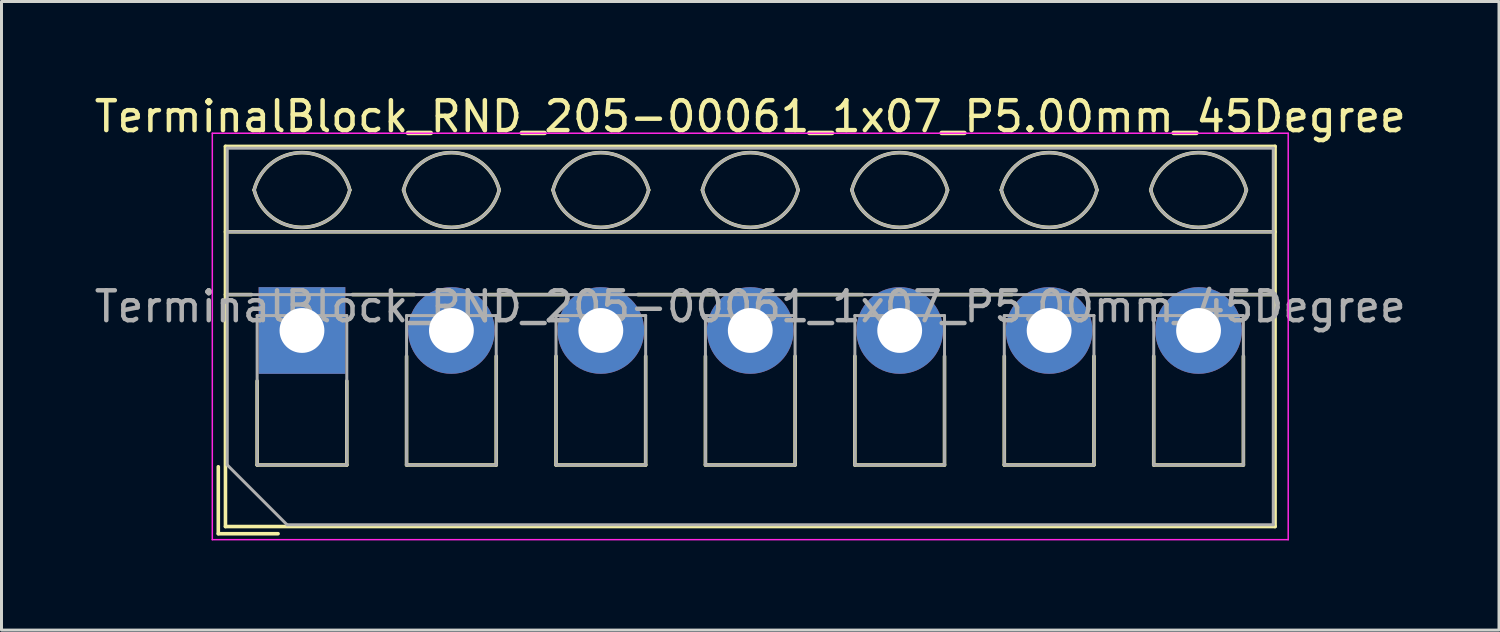
<source format=kicad_pcb>
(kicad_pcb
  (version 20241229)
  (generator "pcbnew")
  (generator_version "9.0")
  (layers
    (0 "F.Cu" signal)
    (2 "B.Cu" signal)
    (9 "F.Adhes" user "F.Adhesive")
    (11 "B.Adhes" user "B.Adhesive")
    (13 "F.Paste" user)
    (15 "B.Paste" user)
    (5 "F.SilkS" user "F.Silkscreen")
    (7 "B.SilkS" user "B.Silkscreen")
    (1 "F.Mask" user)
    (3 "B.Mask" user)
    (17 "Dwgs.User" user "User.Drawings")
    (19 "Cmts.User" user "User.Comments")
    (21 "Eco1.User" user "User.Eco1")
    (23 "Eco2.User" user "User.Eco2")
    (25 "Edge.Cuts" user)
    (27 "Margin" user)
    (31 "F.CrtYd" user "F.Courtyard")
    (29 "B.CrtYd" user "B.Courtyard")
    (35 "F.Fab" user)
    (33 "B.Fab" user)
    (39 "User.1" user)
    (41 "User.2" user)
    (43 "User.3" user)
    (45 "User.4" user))
  (footprint "TerminalBlock_RND_205-00061_1x07_P5.00mm_45Degree"
    (layer "F.Cu")
    (at 7.054 8.008)
    (property "Reference" "TerminalBlock_RND_205-00061_1x07_P5.00mm_45Degree" (at 15 -7.16 0) (layer "F.SilkS") (effects (font (size 1 1) (thickness 0.15))))
    (attr through_hole)
    (fp_line (start -2.8 4.56) (end -2.8 6.8) (stroke (width 0.12) (type solid)) (layer "F.SilkS"))
    (fp_line (start -2.8 6.8) (end -0.8 6.8) (stroke (width 0.12) (type solid)) (layer "F.SilkS"))
    (fp_line (start -2.56 -6.16) (end -2.56 6.56) (stroke (width 0.12) (type solid)) (layer "F.SilkS"))
    (fp_line (start -2.56 -6.16) (end 32.56 -6.16) (stroke (width 0.12) (type solid)) (layer "F.SilkS"))
    (fp_line (start -2.56 -3.301) (end 32.56 -3.301) (stroke (width 0.12) (type solid)) (layer "F.SilkS"))
    (fp_line (start -2.56 -1.201) (end -1.69 -1.201) (stroke (width 0.12) (type solid)) (layer "F.SilkS"))
    (fp_line (start -2.56 6.56) (end 32.56 6.56) (stroke (width 0.12) (type solid)) (layer "F.SilkS"))
    (fp_line (start -1.5 1.69) (end -1.5 4.5) (stroke (width 0.12) (type solid)) (layer "F.SilkS"))
    (fp_line (start -1.5 4.5) (end 1.5 4.5) (stroke (width 0.12) (type solid)) (layer "F.SilkS"))
    (fp_line (start 1.5 1.69) (end 1.5 4.5) (stroke (width 0.12) (type solid)) (layer "F.SilkS"))
    (fp_line (start 1.69 -1.201) (end 3.758 -1.201) (stroke (width 0.12) (type solid)) (layer "F.SilkS"))
    (fp_line (start 3.5 0.86) (end 3.5 4.5) (stroke (width 0.12) (type solid)) (layer "F.SilkS"))
    (fp_line (start 3.5 4.5) (end 6.5 4.5) (stroke (width 0.12) (type solid)) (layer "F.SilkS"))
    (fp_line (start 6.243 -1.201) (end 8.758 -1.201) (stroke (width 0.12) (type solid)) (layer "F.SilkS"))
    (fp_line (start 6.5 0.86) (end 6.5 4.5) (stroke (width 0.12) (type solid)) (layer "F.SilkS"))
    (fp_line (start 8.5 0.86) (end 8.5 4.5) (stroke (width 0.12) (type solid)) (layer "F.SilkS"))
    (fp_line (start 8.5 4.5) (end 11.5 4.5) (stroke (width 0.12) (type solid)) (layer "F.SilkS"))
    (fp_line (start 11.243 -1.201) (end 13.758 -1.201) (stroke (width 0.12) (type solid)) (layer "F.SilkS"))
    (fp_line (start 11.5 0.86) (end 11.5 4.5) (stroke (width 0.12) (type solid)) (layer "F.SilkS"))
    (fp_line (start 13.5 0.86) (end 13.5 4.5) (stroke (width 0.12) (type solid)) (layer "F.SilkS"))
    (fp_line (start 13.5 4.5) (end 16.5 4.5) (stroke (width 0.12) (type solid)) (layer "F.SilkS"))
    (fp_line (start 16.243 -1.201) (end 18.758 -1.201) (stroke (width 0.12) (type solid)) (layer "F.SilkS"))
    (fp_line (start 16.5 0.86) (end 16.5 4.5) (stroke (width 0.12) (type solid)) (layer "F.SilkS"))
    (fp_line (start 18.5 0.86) (end 18.5 4.5) (stroke (width 0.12) (type solid)) (layer "F.SilkS"))
    (fp_line (start 18.5 4.5) (end 21.5 4.5) (stroke (width 0.12) (type solid)) (layer "F.SilkS"))
    (fp_line (start 21.243 -1.201) (end 23.758 -1.201) (stroke (width 0.12) (type solid)) (layer "F.SilkS"))
    (fp_line (start 21.5 0.86) (end 21.5 4.5) (stroke (width 0.12) (type solid)) (layer "F.SilkS"))
    (fp_line (start 23.5 0.86) (end 23.5 4.5) (stroke (width 0.12) (type solid)) (layer "F.SilkS"))
    (fp_line (start 23.5 4.5) (end 26.5 4.5) (stroke (width 0.12) (type solid)) (layer "F.SilkS"))
    (fp_line (start 26.243 -1.201) (end 28.758 -1.201) (stroke (width 0.12) (type solid)) (layer "F.SilkS"))
    (fp_line (start 26.5 0.86) (end 26.5 4.5) (stroke (width 0.12) (type solid)) (layer "F.SilkS"))
    (fp_line (start 28.5 0.86) (end 28.5 4.5) (stroke (width 0.12) (type solid)) (layer "F.SilkS"))
    (fp_line (start 28.5 4.5) (end 31.5 4.5) (stroke (width 0.12) (type solid)) (layer "F.SilkS"))
    (fp_line (start 31.243 -1.201) (end 32.56 -1.201) (stroke (width 0.12) (type solid)) (layer "F.SilkS"))
    (fp_line (start 31.5 0.86) (end 31.5 4.5) (stroke (width 0.12) (type solid)) (layer "F.SilkS"))
    (fp_line (start 32.56 -6.16) (end 32.56 6.56) (stroke (width 0.12) (type solid)) (layer "F.SilkS"))
    (fp_arc (start -1.600914 -4.700344) (mid 0.000177 -5.95097) (end 1.601 -4.7) (stroke (width 0.12) (type solid)) (layer "F.SilkS"))
    (fp_arc (start 1.6 -4.7) (mid -0.000064 -3.45) (end -1.600031 -4.700125) (stroke (width 0.12) (type solid)) (layer "F.SilkS"))
    (fp_arc (start 3.399086 -4.700344) (mid 5.000177 -5.95097) (end 6.601 -4.7) (stroke (width 0.12) (type solid)) (layer "F.SilkS"))
    (fp_arc (start 6.6 -4.7) (mid 4.999936 -3.45) (end 3.399969 -4.700125) (stroke (width 0.12) (type solid)) (layer "F.SilkS"))
    (fp_arc (start 8.399086 -4.700344) (mid 10.000177 -5.95097) (end 11.601 -4.7) (stroke (width 0.12) (type solid)) (layer "F.SilkS"))
    (fp_arc (start 11.6 -4.7) (mid 9.999936 -3.45) (end 8.399969 -4.700125) (stroke (width 0.12) (type solid)) (layer "F.SilkS"))
    (fp_arc (start 13.399086 -4.700344) (mid 15.000177 -5.95097) (end 16.601 -4.7) (stroke (width 0.12) (type solid)) (layer "F.SilkS"))
    (fp_arc (start 16.6 -4.7) (mid 14.999936 -3.45) (end 13.399969 -4.700125) (stroke (width 0.12) (type solid)) (layer "F.SilkS"))
    (fp_arc (start 18.399086 -4.700344) (mid 20.000177 -5.95097) (end 21.601 -4.7) (stroke (width 0.12) (type solid)) (layer "F.SilkS"))
    (fp_arc (start 21.6 -4.7) (mid 19.999936 -3.45) (end 18.399969 -4.700125) (stroke (width 0.12) (type solid)) (layer "F.SilkS"))
    (fp_arc (start 23.399086 -4.700344) (mid 25.000177 -5.95097) (end 26.601 -4.7) (stroke (width 0.12) (type solid)) (layer "F.SilkS"))
    (fp_arc (start 26.6 -4.7) (mid 24.999936 -3.45) (end 23.399969 -4.700125) (stroke (width 0.12) (type solid)) (layer "F.SilkS"))
    (fp_arc (start 28.399086 -4.700344) (mid 30.000177 -5.95097) (end 31.601 -4.7) (stroke (width 0.12) (type solid)) (layer "F.SilkS"))
    (fp_arc (start 31.6 -4.7) (mid 29.999936 -3.45) (end 28.399969 -4.700125) (stroke (width 0.12) (type solid)) (layer "F.SilkS"))
    (fp_line (start -3 -6.6) (end -3 7) (stroke (width 0.05) (type solid)) (layer "F.CrtYd"))
    (fp_line (start -3 7) (end 33 7) (stroke (width 0.05) (type solid)) (layer "F.CrtYd"))
    (fp_line (start 33 -6.6) (end -3 -6.6) (stroke (width 0.05) (type solid)) (layer "F.CrtYd"))
    (fp_line (start 33 7) (end 33 -6.6) (stroke (width 0.05) (type solid)) (layer "F.CrtYd"))
    (fp_line (start -2.5 -6.1) (end 32.5 -6.1) (stroke (width 0.1) (type solid)) (layer "F.Fab"))
    (fp_line (start -2.5 -3.3) (end 32.5 -3.3) (stroke (width 0.1) (type solid)) (layer "F.Fab"))
    (fp_line (start -2.5 -1.2) (end 32.5 -1.2) (stroke (width 0.1) (type solid)) (layer "F.Fab"))
    (fp_line (start -2.5 4.5) (end -2.5 -6.1) (stroke (width 0.1) (type solid)) (layer "F.Fab"))
    (fp_line (start -1.5 -0.5) (end -1.5 4.5) (stroke (width 0.1) (type solid)) (layer "F.Fab"))
    (fp_line (start -1.5 4.5) (end 1.5 4.5) (stroke (width 0.1) (type solid)) (layer "F.Fab"))
    (fp_line (start -0.5 6.5) (end -2.5 4.5) (stroke (width 0.1) (type solid)) (layer "F.Fab"))
    (fp_line (start 1.5 -0.5) (end -1.5 -0.5) (stroke (width 0.1) (type solid)) (layer "F.Fab"))
    (fp_line (start 1.5 4.5) (end 1.5 -0.5) (stroke (width 0.1) (type solid)) (layer "F.Fab"))
    (fp_line (start 3.5 -0.5) (end 3.5 4.5) (stroke (width 0.1) (type solid)) (layer "F.Fab"))
    (fp_line (start 3.5 4.5) (end 6.5 4.5) (stroke (width 0.1) (type solid)) (layer "F.Fab"))
    (fp_line (start 6.5 -0.5) (end 3.5 -0.5) (stroke (width 0.1) (type solid)) (layer "F.Fab"))
    (fp_line (start 6.5 4.5) (end 6.5 -0.5) (stroke (width 0.1) (type solid)) (layer "F.Fab"))
    (fp_line (start 8.5 -0.5) (end 8.5 4.5) (stroke (width 0.1) (type solid)) (layer "F.Fab"))
    (fp_line (start 8.5 4.5) (end 11.5 4.5) (stroke (width 0.1) (type solid)) (layer "F.Fab"))
    (fp_line (start 11.5 -0.5) (end 8.5 -0.5) (stroke (width 0.1) (type solid)) (layer "F.Fab"))
    (fp_line (start 11.5 4.5) (end 11.5 -0.5) (stroke (width 0.1) (type solid)) (layer "F.Fab"))
    (fp_line (start 13.5 -0.5) (end 13.5 4.5) (stroke (width 0.1) (type solid)) (layer "F.Fab"))
    (fp_line (start 13.5 4.5) (end 16.5 4.5) (stroke (width 0.1) (type solid)) (layer "F.Fab"))
    (fp_line (start 16.5 -0.5) (end 13.5 -0.5) (stroke (width 0.1) (type solid)) (layer "F.Fab"))
    (fp_line (start 16.5 4.5) (end 16.5 -0.5) (stroke (width 0.1) (type solid)) (layer "F.Fab"))
    (fp_line (start 18.5 -0.5) (end 18.5 4.5) (stroke (width 0.1) (type solid)) (layer "F.Fab"))
    (fp_line (start 18.5 4.5) (end 21.5 4.5) (stroke (width 0.1) (type solid)) (layer "F.Fab"))
    (fp_line (start 21.5 -0.5) (end 18.5 -0.5) (stroke (width 0.1) (type solid)) (layer "F.Fab"))
    (fp_line (start 21.5 4.5) (end 21.5 -0.5) (stroke (width 0.1) (type solid)) (layer "F.Fab"))
    (fp_line (start 23.5 -0.5) (end 23.5 4.5) (stroke (width 0.1) (type solid)) (layer "F.Fab"))
    (fp_line (start 23.5 4.5) (end 26.5 4.5) (stroke (width 0.1) (type solid)) (layer "F.Fab"))
    (fp_line (start 26.5 -0.5) (end 23.5 -0.5) (stroke (width 0.1) (type solid)) (layer "F.Fab"))
    (fp_line (start 26.5 4.5) (end 26.5 -0.5) (stroke (width 0.1) (type solid)) (layer "F.Fab"))
    (fp_line (start 28.5 -0.5) (end 28.5 4.5) (stroke (width 0.1) (type solid)) (layer "F.Fab"))
    (fp_line (start 28.5 4.5) (end 31.5 4.5) (stroke (width 0.1) (type solid)) (layer "F.Fab"))
    (fp_line (start 31.5 -0.5) (end 28.5 -0.5) (stroke (width 0.1) (type solid)) (layer "F.Fab"))
    (fp_line (start 31.5 4.5) (end 31.5 -0.5) (stroke (width 0.1) (type solid)) (layer "F.Fab"))
    (fp_line (start 32.5 -6.1) (end 32.5 6.5) (stroke (width 0.1) (type solid)) (layer "F.Fab"))
    (fp_line (start 32.5 6.5) (end -0.5 6.5) (stroke (width 0.1) (type solid)) (layer "F.Fab"))
    (fp_arc (start -1.600914 -4.700344) (mid 0.000177 -5.95097) (end 1.601 -4.7) (stroke (width 0.1) (type solid)) (layer "F.Fab"))
    (fp_arc (start 1.6 -4.7) (mid -0.000064 -3.45) (end -1.600031 -4.700125) (stroke (width 0.1) (type solid)) (layer "F.Fab"))
    (fp_arc (start 3.399086 -4.700344) (mid 5.000177 -5.95097) (end 6.601 -4.7) (stroke (width 0.1) (type solid)) (layer "F.Fab"))
    (fp_arc (start 6.6 -4.7) (mid 4.999936 -3.45) (end 3.399969 -4.700125) (stroke (width 0.1) (type solid)) (layer "F.Fab"))
    (fp_arc (start 8.399086 -4.700344) (mid 10.000177 -5.95097) (end 11.601 -4.7) (stroke (width 0.1) (type solid)) (layer "F.Fab"))
    (fp_arc (start 11.6 -4.7) (mid 9.999936 -3.45) (end 8.399969 -4.700125) (stroke (width 0.1) (type solid)) (layer "F.Fab"))
    (fp_arc (start 13.399086 -4.700344) (mid 15.000177 -5.95097) (end 16.601 -4.7) (stroke (width 0.1) (type solid)) (layer "F.Fab"))
    (fp_arc (start 16.6 -4.7) (mid 14.999936 -3.45) (end 13.399969 -4.700125) (stroke (width 0.1) (type solid)) (layer "F.Fab"))
    (fp_arc (start 18.399086 -4.700344) (mid 20.000177 -5.95097) (end 21.601 -4.7) (stroke (width 0.1) (type solid)) (layer "F.Fab"))
    (fp_arc (start 21.6 -4.7) (mid 19.999936 -3.45) (end 18.399969 -4.700125) (stroke (width 0.1) (type solid)) (layer "F.Fab"))
    (fp_arc (start 23.399086 -4.700344) (mid 25.000177 -5.95097) (end 26.601 -4.7) (stroke (width 0.1) (type solid)) (layer "F.Fab"))
    (fp_arc (start 26.6 -4.7) (mid 24.999936 -3.45) (end 23.399969 -4.700125) (stroke (width 0.1) (type solid)) (layer "F.Fab"))
    (fp_arc (start 28.399086 -4.700344) (mid 30.000177 -5.95097) (end 31.601 -4.7) (stroke (width 0.1) (type solid)) (layer "F.Fab"))
    (fp_arc (start 31.6 -4.7) (mid 29.999936 -3.45) (end 28.399969 -4.700125) (stroke (width 0.1) (type solid)) (layer "F.Fab"))
    (fp_text user "${REFERENCE}" (at 15 -0.8 0) (layer "F.Fab") (effects (font (size 1 1) (thickness 0.15))))
    (pad "1" thru_hole rect (at 0 0) (size 2.9 2.9) (drill 1.5) (layers "*.Cu" "*.Mask"))
    (pad "2" thru_hole circle (at 5 0) (size 2.9 2.9) (drill 1.5) (layers "*.Cu" "*.Mask"))
    (pad "3" thru_hole circle (at 10 0) (size 2.9 2.9) (drill 1.5) (layers "*.Cu" "*.Mask"))
    (pad "4" thru_hole circle (at 15 0) (size 2.9 2.9) (drill 1.5) (layers "*.Cu" "*.Mask"))
    (pad "5" thru_hole circle (at 20 0) (size 2.9 2.9) (drill 1.5) (layers "*.Cu" "*.Mask"))
    (pad "6" thru_hole circle (at 25 0) (size 2.9 2.9) (drill 1.5) (layers "*.Cu" "*.Mask"))
    (pad "7" thru_hole circle (at 30 0) (size 2.9 2.9) (drill 1.5) (layers "*.Cu" "*.Mask")))
  (gr_rect
    (start -3 -3)
    (end 47.107 18.033)
    (stroke (width 0.1) (type default))
    (fill no)
    (layer "Edge.Cuts")))
</source>
